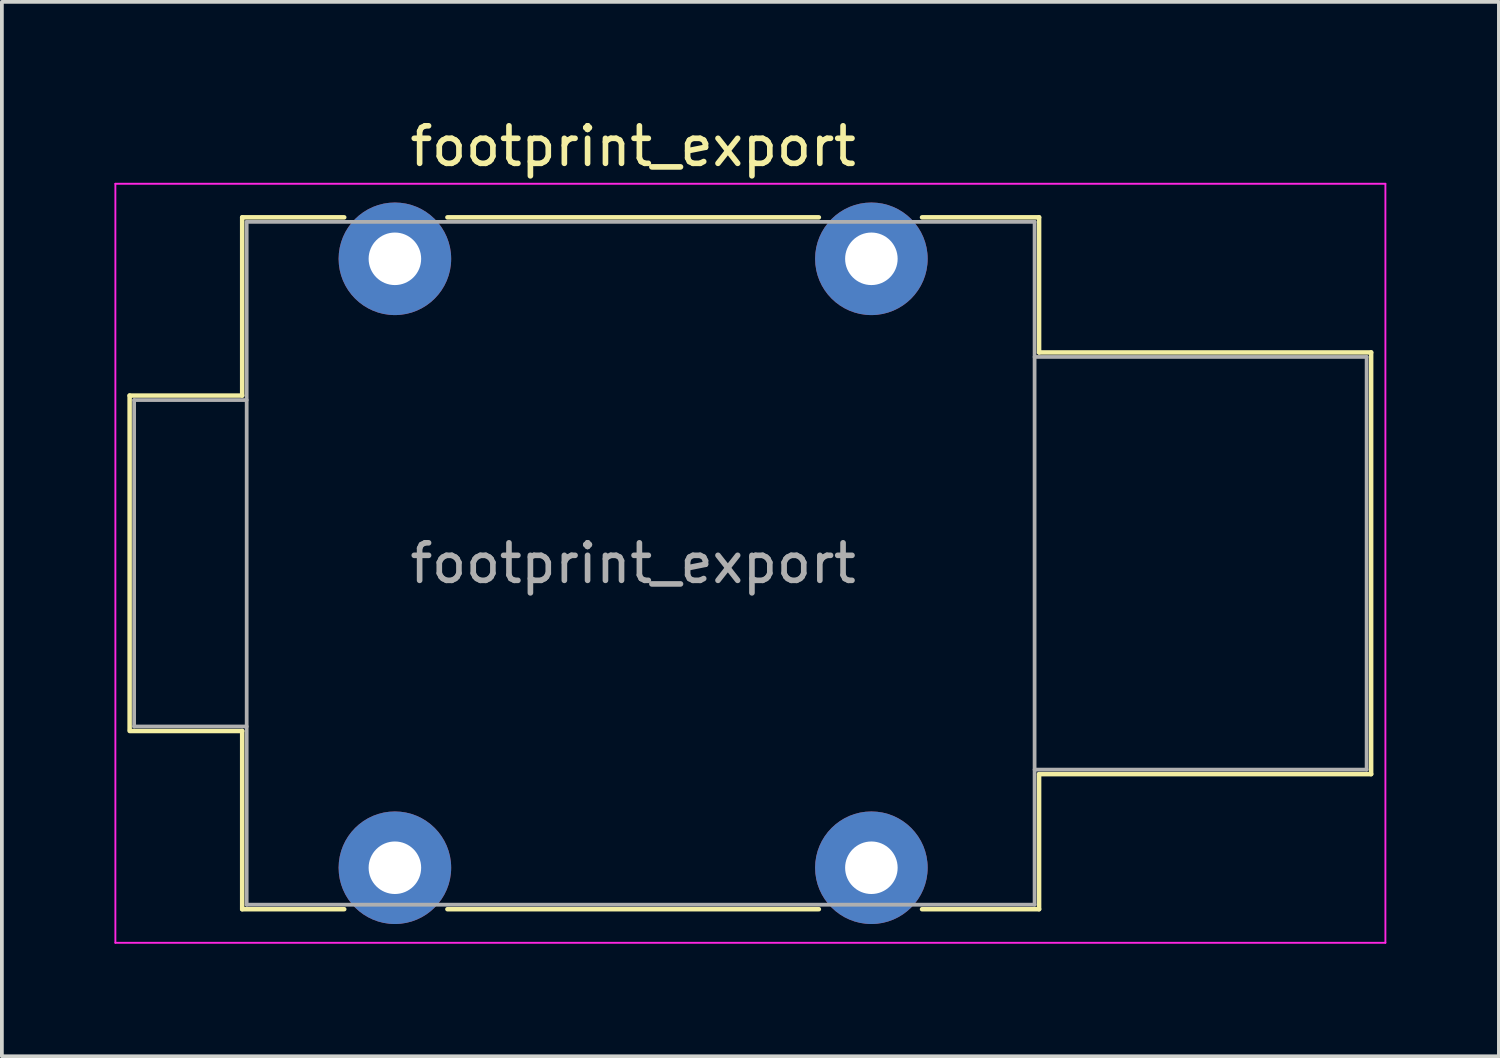
<source format=kicad_pcb>
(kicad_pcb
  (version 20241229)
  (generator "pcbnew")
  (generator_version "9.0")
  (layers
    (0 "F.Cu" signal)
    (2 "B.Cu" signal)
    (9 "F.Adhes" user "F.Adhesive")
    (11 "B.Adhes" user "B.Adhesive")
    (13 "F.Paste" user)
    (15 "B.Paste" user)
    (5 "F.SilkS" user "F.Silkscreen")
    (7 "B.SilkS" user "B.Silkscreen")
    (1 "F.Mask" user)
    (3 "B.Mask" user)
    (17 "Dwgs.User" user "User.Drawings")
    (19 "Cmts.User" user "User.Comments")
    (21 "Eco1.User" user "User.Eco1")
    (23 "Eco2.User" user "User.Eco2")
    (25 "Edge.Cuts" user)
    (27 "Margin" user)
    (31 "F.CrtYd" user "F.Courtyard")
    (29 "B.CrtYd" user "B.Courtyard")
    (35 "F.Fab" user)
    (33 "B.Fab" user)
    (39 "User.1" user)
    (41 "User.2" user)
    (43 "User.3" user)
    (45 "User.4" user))
  (footprint "footprint_export"
    (layer "F.Cu")
    (at 7.475 3.848)
    (property "Reference" "footprint_export" (at 6.35 -3 0) (layer "F.SilkS") (effects (font (size 1 1) (thickness 0.15))))
    (attr through_hole)
    (fp_line (start -7.07 3.645) (end -4.07 3.645) (stroke (width 0.12) (type solid)) (layer "F.SilkS"))
    (fp_line (start -7.07 12.545) (end -7.07 3.645) (stroke (width 0.12) (type solid)) (layer "F.SilkS"))
    (fp_line (start -7.07 12.585) (end -4.07 12.585) (stroke (width 0.12) (type solid)) (layer "F.SilkS"))
    (fp_line (start -4.07 -1.105) (end -1.35 -1.105) (stroke (width 0.12) (type solid)) (layer "F.SilkS"))
    (fp_line (start -4.07 3.645) (end -4.07 -1.105) (stroke (width 0.12) (type solid)) (layer "F.SilkS"))
    (fp_line (start -4.07 17.335) (end -4.07 12.585) (stroke (width 0.12) (type solid)) (layer "F.SilkS"))
    (fp_line (start -1.35 17.335) (end -4.07 17.335) (stroke (width 0.12) (type solid)) (layer "F.SilkS"))
    (fp_line (start 1.4 -1.105) (end 11.3 -1.105) (stroke (width 0.12) (type solid)) (layer "F.SilkS"))
    (fp_line (start 11.3 17.335) (end 1.4 17.335) (stroke (width 0.12) (type solid)) (layer "F.SilkS"))
    (fp_line (start 17.17 -1.105) (end 14.05 -1.105) (stroke (width 0.12) (type solid)) (layer "F.SilkS"))
    (fp_line (start 17.17 2.495) (end 17.17 -1.105) (stroke (width 0.12) (type solid)) (layer "F.SilkS"))
    (fp_line (start 17.17 2.495) (end 26.02 2.495) (stroke (width 0.12) (type solid)) (layer "F.SilkS"))
    (fp_line (start 17.17 13.735) (end 26.02 13.735) (stroke (width 0.12) (type solid)) (layer "F.SilkS"))
    (fp_line (start 17.17 17.335) (end 14.05 17.335) (stroke (width 0.12) (type solid)) (layer "F.SilkS"))
    (fp_line (start 17.17 17.335) (end 17.17 13.735) (stroke (width 0.12) (type solid)) (layer "F.SilkS"))
    (fp_line (start 26.02 13.735) (end 26.02 2.495) (stroke (width 0.12) (type solid)) (layer "F.SilkS"))
    (fp_line (start -7.45 18.23) (end -7.45 -2) (stroke (width 0.05) (type solid)) (layer "F.CrtYd"))
    (fp_line (start -7.45 18.23) (end 26.4 18.23) (stroke (width 0.05) (type solid)) (layer "F.CrtYd"))
    (fp_line (start 26.4 -2) (end -7.45 -2) (stroke (width 0.05) (type solid)) (layer "F.CrtYd"))
    (fp_line (start 26.4 18.23) (end 26.4 -2) (stroke (width 0.05) (type solid)) (layer "F.CrtYd"))
    (fp_line (start -6.95 3.765) (end -3.95 3.765) (stroke (width 0.1) (type solid)) (layer "F.Fab"))
    (fp_line (start -6.95 12.465) (end -6.95 3.765) (stroke (width 0.1) (type solid)) (layer "F.Fab"))
    (fp_line (start -6.95 12.465) (end -3.95 12.465) (stroke (width 0.1) (type solid)) (layer "F.Fab"))
    (fp_line (start -3.95 17.215) (end -3.95 -0.985) (stroke (width 0.1) (type solid)) (layer "F.Fab"))
    (fp_line (start 17.05 -0.985) (end -3.95 -0.985) (stroke (width 0.1) (type solid)) (layer "F.Fab"))
    (fp_line (start 17.05 17.215) (end -3.95 17.215) (stroke (width 0.1) (type solid)) (layer "F.Fab"))
    (fp_line (start 17.05 17.215) (end 17.05 -0.985) (stroke (width 0.1) (type solid)) (layer "F.Fab"))
    (fp_line (start 25.9 2.615) (end 17.05 2.615) (stroke (width 0.1) (type solid)) (layer "F.Fab"))
    (fp_line (start 25.9 13.615) (end 17.05 13.615) (stroke (width 0.1) (type solid)) (layer "F.Fab"))
    (fp_line (start 25.9 13.615) (end 25.9 2.615) (stroke (width 0.1) (type solid)) (layer "F.Fab"))
    (fp_text user "${REFERENCE}" (at 6.35 8.115 0) (layer "F.Fab") (effects (font (size 1 1) (thickness 0.15))))
    (pad "S" thru_hole circle (at 12.7 0) (size 3 3) (drill 1.4) (layers "*.Cu" "*.Mask"))
    (pad "SN" thru_hole circle (at 12.7 16.23) (size 3 3) (drill 1.4) (layers "*.Cu" "*.Mask"))
    (pad "T" thru_hole circle (at 0 0) (size 3 3) (drill 1.4) (layers "*.Cu" "*.Mask"))
    (pad "TN" thru_hole circle (at 0 16.23) (size 3 3) (drill 1.4) (layers "*.Cu" "*.Mask")))
  (gr_rect
    (start -3 -3)
    (end 36.9 25.103)
    (stroke (width 0.1) (type default))
    (fill no)
    (layer "Edge.Cuts")))
</source>
